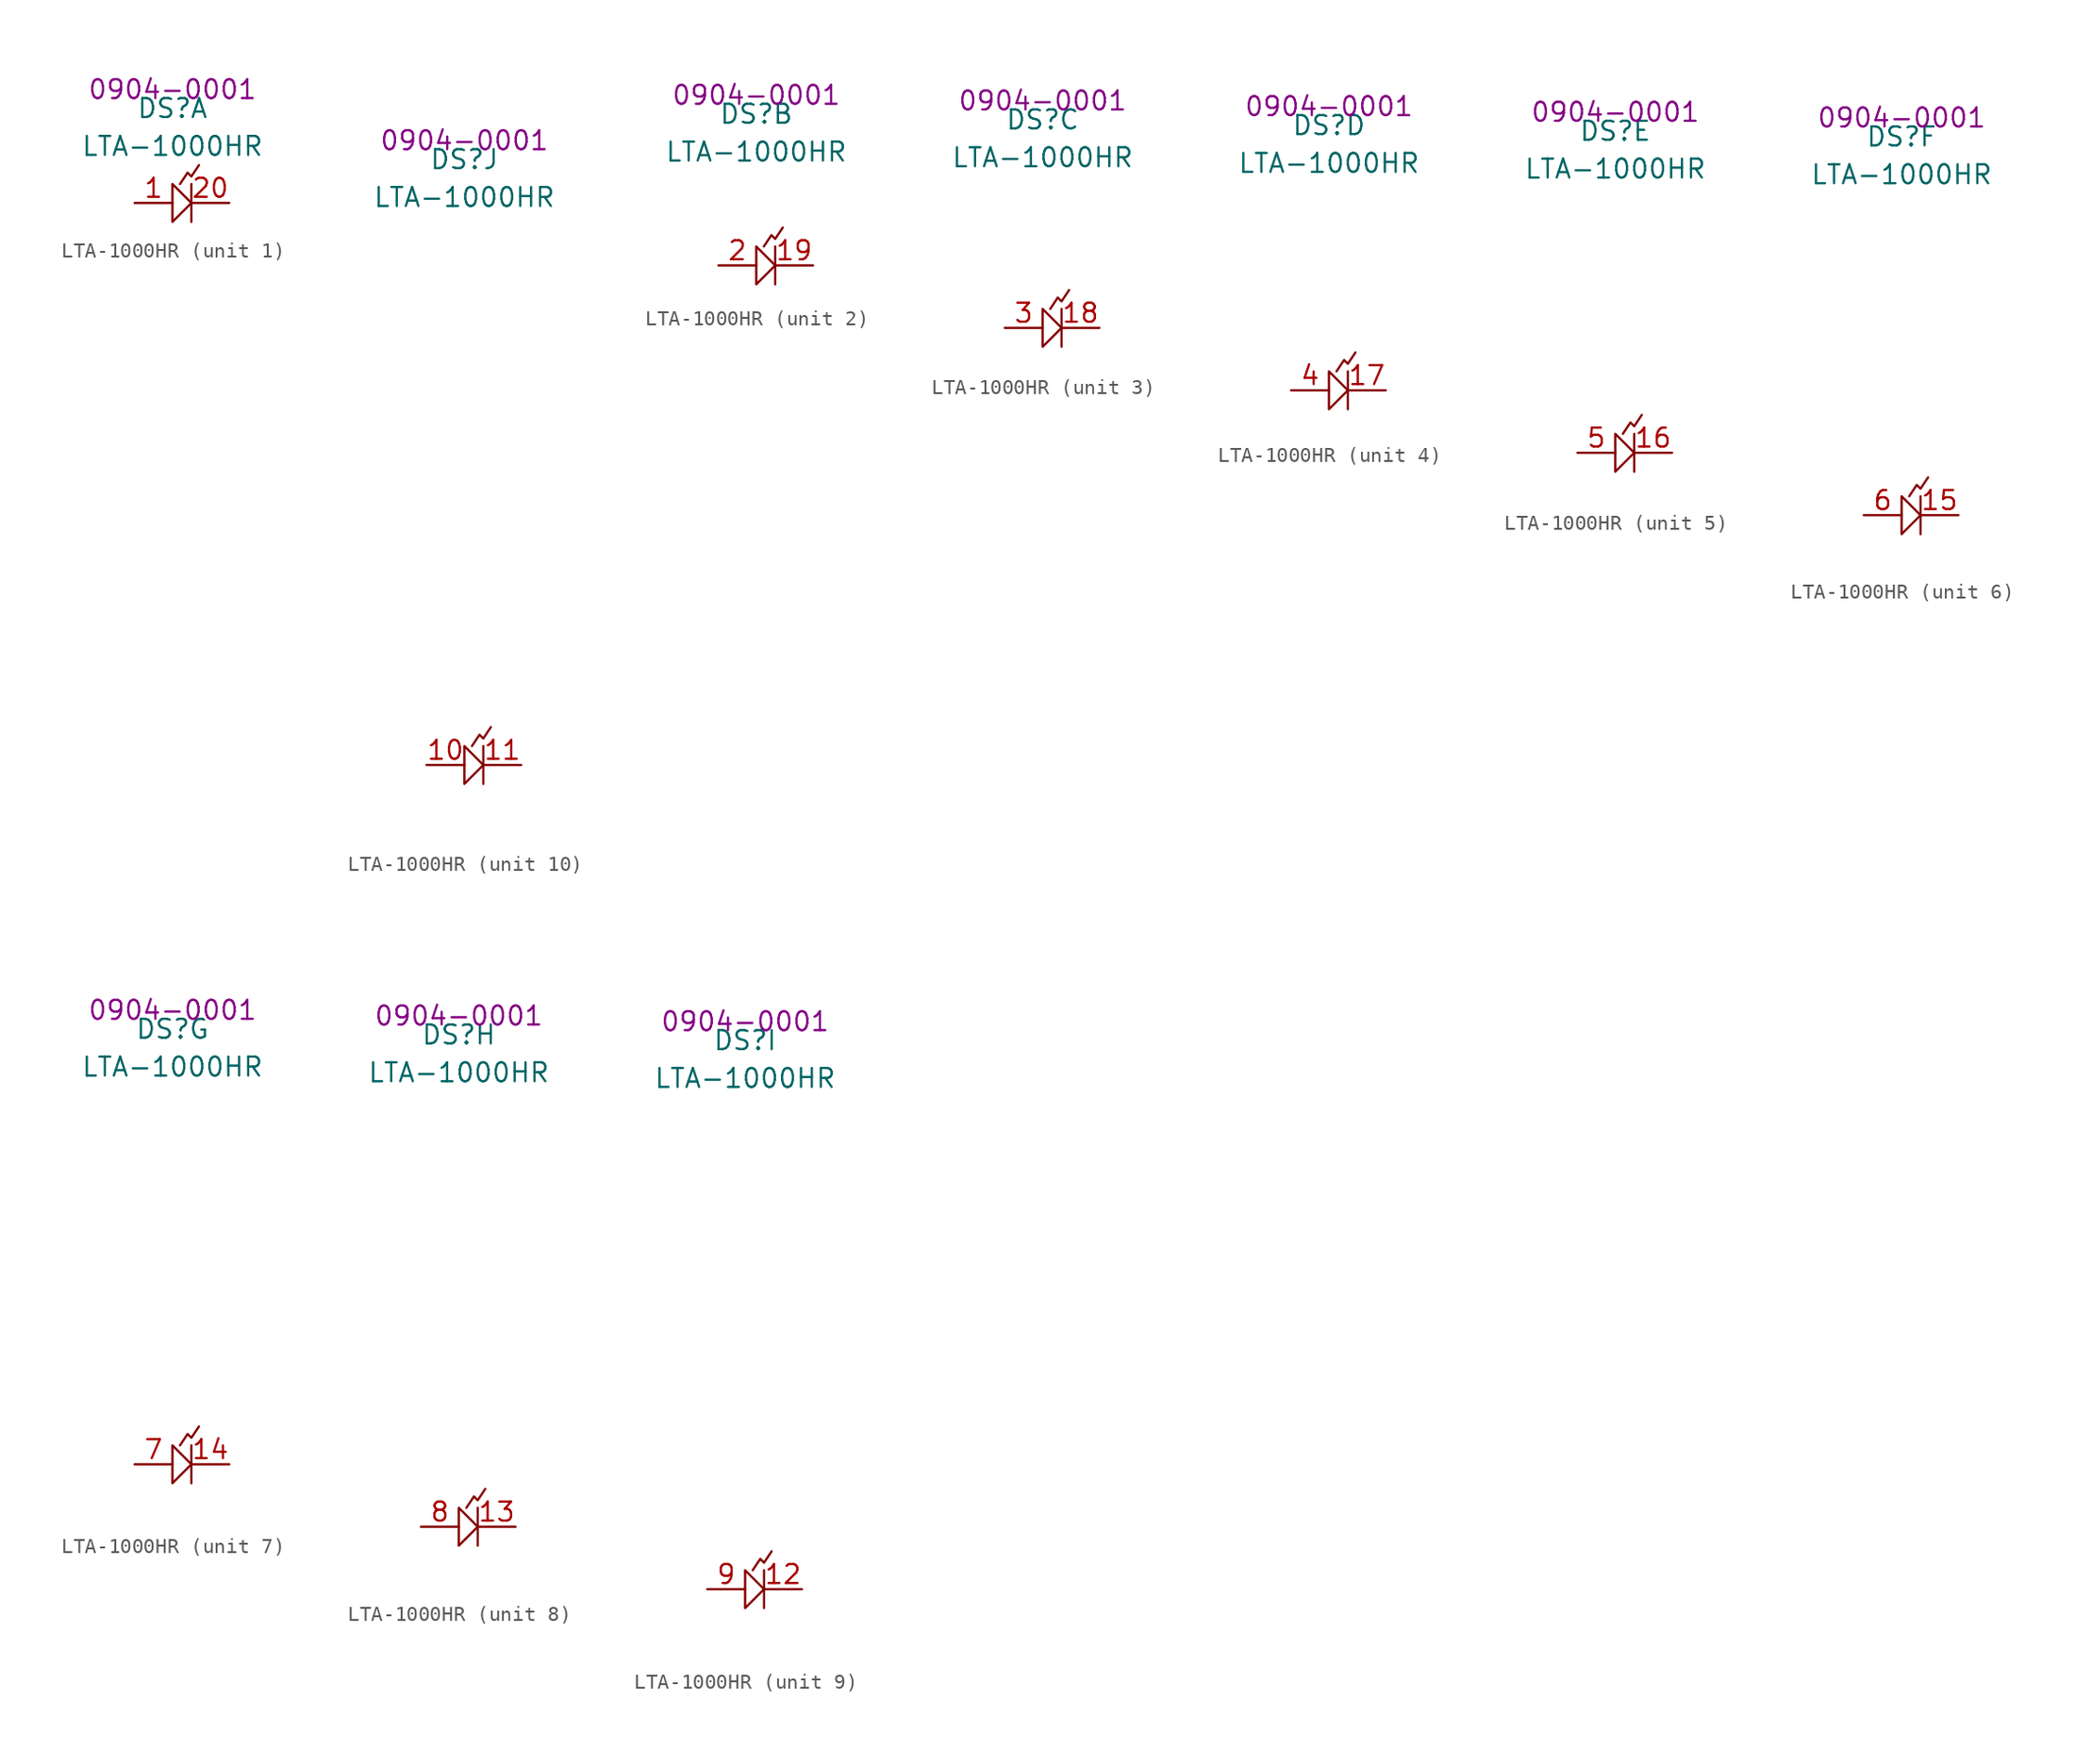
<source format=kicad_sym>
(kicad_symbol_lib
  (version 20211014)
  (generator kicad_symbol_editor)
  (symbol "LTA-1000HR"
    (property "Reference" "DS"
      (at 0 6.35 0)
      (effects (font (size 1.27 1.27))))
    (property "Value" "LTA-1000HR"
      (at 0 3.81 0)
      (effects (font (size 1.27 1.27))))
    (property "PartNumber" "0904-0001"
      (at 0 7.62 0)
      (effects (font (size 1.27 1.27))))
    (symbol "LTA-1000HR_1_0"
      (pin passive line (at -2.54 0 0) (length 2.54) (name "~" (effects (font (size 1.27 1.27)))) (number "1" (effects (font (size 1.27 1.27)))))
      (pin passive line (at 3.81 0 180) (length 2.54) (name "~" (effects (font (size 1.27 1.27)))) (number "20" (effects (font (size 1.27 1.27))))))
    (symbol "LTA-1000HR_1_1"
      (polyline (pts (xy 1.27 1.27) (xy 1.27 -1.27)) (stroke (width 0) (type default) (color 0 0 0 0)) (fill (type none)))
      (polyline (pts (xy 0 1.27) (xy 0 -1.27) (xy 1.27 0) (xy 0 1.27)) (stroke (width 0) (type default) (color 0 0 0 0)) (fill (type none)))
      (polyline (pts (xy 0.508 1.27) (xy 1.016 2.032) (xy 1.27 1.778) (xy 1.778 2.54)) (stroke (width 0) (type default) (color 0 0 0 0)) (fill (type none))))
    (symbol "LTA-1000HR_2_0"
      (pin passive line (at 3.81 -3.81 180) (length 2.54) (name "~" (effects (font (size 1.27 1.27)))) (number "19" (effects (font (size 1.27 1.27)))))
      (pin passive line (at -2.54 -3.81 0) (length 2.54) (name "~" (effects (font (size 1.27 1.27)))) (number "2" (effects (font (size 1.27 1.27))))))
    (symbol "LTA-1000HR_2_1"
      (polyline (pts (xy 1.27 -2.54) (xy 1.27 -5.08)) (stroke (width 0) (type default) (color 0 0 0 0)) (fill (type none)))
      (polyline (pts (xy 0 -2.54) (xy 0 -5.08) (xy 1.27 -3.81) (xy 0 -2.54)) (stroke (width 0) (type default) (color 0 0 0 0)) (fill (type none)))
      (polyline (pts (xy 0.508 -2.54) (xy 1.016 -1.778) (xy 1.27 -2.032) (xy 1.778 -1.27)) (stroke (width 0) (type default) (color 0 0 0 0)) (fill (type none))))
    (symbol "LTA-1000HR_3_0"
      (pin passive line (at 3.81 -7.62 180) (length 2.54) (name "~" (effects (font (size 1.27 1.27)))) (number "18" (effects (font (size 1.27 1.27)))))
      (pin passive line (at -2.54 -7.62 0) (length 2.54) (name "~" (effects (font (size 1.27 1.27)))) (number "3" (effects (font (size 1.27 1.27))))))
    (symbol "LTA-1000HR_3_1"
      (polyline (pts (xy 1.27 -6.35) (xy 1.27 -8.89)) (stroke (width 0) (type default) (color 0 0 0 0)) (fill (type none)))
      (polyline (pts (xy 0 -6.35) (xy 0 -8.89) (xy 1.27 -7.62) (xy 0 -6.35)) (stroke (width 0) (type default) (color 0 0 0 0)) (fill (type none)))
      (polyline (pts (xy 0.508 -6.35) (xy 1.016 -5.588) (xy 1.27 -5.842) (xy 1.778 -5.08)) (stroke (width 0) (type default) (color 0 0 0 0)) (fill (type none))))
    (symbol "LTA-1000HR_4_0"
      (pin passive line (at 3.81 -11.43 180) (length 2.54) (name "~" (effects (font (size 1.27 1.27)))) (number "17" (effects (font (size 1.27 1.27)))))
      (pin passive line (at -2.54 -11.43 0) (length 2.54) (name "~" (effects (font (size 1.27 1.27)))) (number "4" (effects (font (size 1.27 1.27))))))
    (symbol "LTA-1000HR_4_1"
      (polyline (pts (xy 1.27 -10.16) (xy 1.27 -12.7)) (stroke (width 0) (type default) (color 0 0 0 0)) (fill (type none)))
      (polyline (pts (xy 0 -10.16) (xy 0 -12.7) (xy 1.27 -11.43) (xy 0 -10.16)) (stroke (width 0) (type default) (color 0 0 0 0)) (fill (type none)))
      (polyline (pts (xy 0.508 -10.16) (xy 1.016 -9.398) (xy 1.27 -9.652) (xy 1.778 -8.89)) (stroke (width 0) (type default) (color 0 0 0 0)) (fill (type none))))
    (symbol "LTA-1000HR_5_0"
      (pin passive line (at 3.81 -15.24 180) (length 2.54) (name "~" (effects (font (size 1.27 1.27)))) (number "16" (effects (font (size 1.27 1.27)))))
      (pin passive line (at -2.54 -15.24 0) (length 2.54) (name "~" (effects (font (size 1.27 1.27)))) (number "5" (effects (font (size 1.27 1.27))))))
    (symbol "LTA-1000HR_5_1"
      (polyline (pts (xy 1.27 -13.97) (xy 1.27 -16.51)) (stroke (width 0) (type default) (color 0 0 0 0)) (fill (type none)))
      (polyline (pts (xy 0 -13.97) (xy 0 -16.51) (xy 1.27 -15.24) (xy 0 -13.97)) (stroke (width 0) (type default) (color 0 0 0 0)) (fill (type none)))
      (polyline (pts (xy 0.508 -13.97) (xy 1.016 -13.208) (xy 1.27 -13.462) (xy 1.778 -12.7)) (stroke (width 0) (type default) (color 0 0 0 0)) (fill (type none))))
    (symbol "LTA-1000HR_6_0"
      (pin passive line (at 3.81 -19.05 180) (length 2.54) (name "~" (effects (font (size 1.27 1.27)))) (number "15" (effects (font (size 1.27 1.27)))))
      (pin passive line (at -2.54 -19.05 0) (length 2.54) (name "~" (effects (font (size 1.27 1.27)))) (number "6" (effects (font (size 1.27 1.27))))))
    (symbol "LTA-1000HR_6_1"
      (polyline (pts (xy 1.27 -17.78) (xy 1.27 -20.32)) (stroke (width 0) (type default) (color 0 0 0 0)) (fill (type none)))
      (polyline (pts (xy 0 -17.78) (xy 0 -20.32) (xy 1.27 -19.05) (xy 0 -17.78)) (stroke (width 0) (type default) (color 0 0 0 0)) (fill (type none)))
      (polyline (pts (xy 0.508 -17.78) (xy 1.016 -17.018) (xy 1.27 -17.272) (xy 1.778 -16.51)) (stroke (width 0) (type default) (color 0 0 0 0)) (fill (type none))))
    (symbol "LTA-1000HR_7_0"
      (pin passive line (at 3.81 -22.86 180) (length 2.54) (name "~" (effects (font (size 1.27 1.27)))) (number "14" (effects (font (size 1.27 1.27)))))
      (pin passive line (at -2.54 -22.86 0) (length 2.54) (name "~" (effects (font (size 1.27 1.27)))) (number "7" (effects (font (size 1.27 1.27))))))
    (symbol "LTA-1000HR_7_1"
      (polyline (pts (xy 1.27 -21.59) (xy 1.27 -24.13)) (stroke (width 0) (type default) (color 0 0 0 0)) (fill (type none)))
      (polyline (pts (xy 0 -21.59) (xy 0 -24.13) (xy 1.27 -22.86) (xy 0 -21.59)) (stroke (width 0) (type default) (color 0 0 0 0)) (fill (type none)))
      (polyline (pts (xy 0.508 -21.59) (xy 1.016 -20.828) (xy 1.27 -21.082) (xy 1.778 -20.32)) (stroke (width 0) (type default) (color 0 0 0 0)) (fill (type none))))
    (symbol "LTA-1000HR_8_0"
      (pin passive line (at 3.81 -26.67 180) (length 2.54) (name "~" (effects (font (size 1.27 1.27)))) (number "13" (effects (font (size 1.27 1.27)))))
      (pin passive line (at -2.54 -26.67 0) (length 2.54) (name "~" (effects (font (size 1.27 1.27)))) (number "8" (effects (font (size 1.27 1.27))))))
    (symbol "LTA-1000HR_8_1"
      (polyline (pts (xy 1.27 -25.4) (xy 1.27 -27.94)) (stroke (width 0) (type default) (color 0 0 0 0)) (fill (type none)))
      (polyline (pts (xy 0 -25.4) (xy 0 -27.94) (xy 1.27 -26.67) (xy 0 -25.4)) (stroke (width 0) (type default) (color 0 0 0 0)) (fill (type none)))
      (polyline (pts (xy 0.508 -25.4) (xy 1.016 -24.638) (xy 1.27 -24.892) (xy 1.778 -24.13)) (stroke (width 0) (type default) (color 0 0 0 0)) (fill (type none))))
    (symbol "LTA-1000HR_9_0"
      (pin passive line (at 3.81 -30.48 180) (length 2.54) (name "~" (effects (font (size 1.27 1.27)))) (number "12" (effects (font (size 1.27 1.27)))))
      (pin passive line (at -2.54 -30.48 0) (length 2.54) (name "~" (effects (font (size 1.27 1.27)))) (number "9" (effects (font (size 1.27 1.27))))))
    (symbol "LTA-1000HR_9_1"
      (polyline (pts (xy 1.27 -29.21) (xy 1.27 -31.75)) (stroke (width 0) (type default) (color 0 0 0 0)) (fill (type none)))
      (polyline (pts (xy 0 -29.21) (xy 0 -31.75) (xy 1.27 -30.48) (xy 0 -29.21)) (stroke (width 0) (type default) (color 0 0 0 0)) (fill (type none)))
      (polyline (pts (xy 0.508 -29.21) (xy 1.016 -28.448) (xy 1.27 -28.702) (xy 1.778 -27.94)) (stroke (width 0) (type default) (color 0 0 0 0)) (fill (type none))))
    (symbol "LTA-1000HR_10_0"
      (pin passive line (at -2.54 -34.29 0) (length 2.54) (name "~" (effects (font (size 1.27 1.27)))) (number "10" (effects (font (size 1.27 1.27)))))
      (pin passive line (at 3.81 -34.29 180) (length 2.54) (name "~" (effects (font (size 1.27 1.27)))) (number "11" (effects (font (size 1.27 1.27))))))
    (symbol "LTA-1000HR_10_1"
      (polyline (pts (xy 1.27 -33.02) (xy 1.27 -35.56)) (stroke (width 0) (type default) (color 0 0 0 0)) (fill (type none)))
      (polyline (pts (xy 0 -33.02) (xy 0 -35.56) (xy 1.27 -34.29) (xy 0 -33.02)) (stroke (width 0) (type default) (color 0 0 0 0)) (fill (type none)))
      (polyline (pts (xy 0.508 -33.02) (xy 1.016 -32.258) (xy 1.27 -32.512) (xy 1.778 -31.75)) (stroke (width 0) (type default) (color 0 0 0 0)) (fill (type none))))))
</source>
